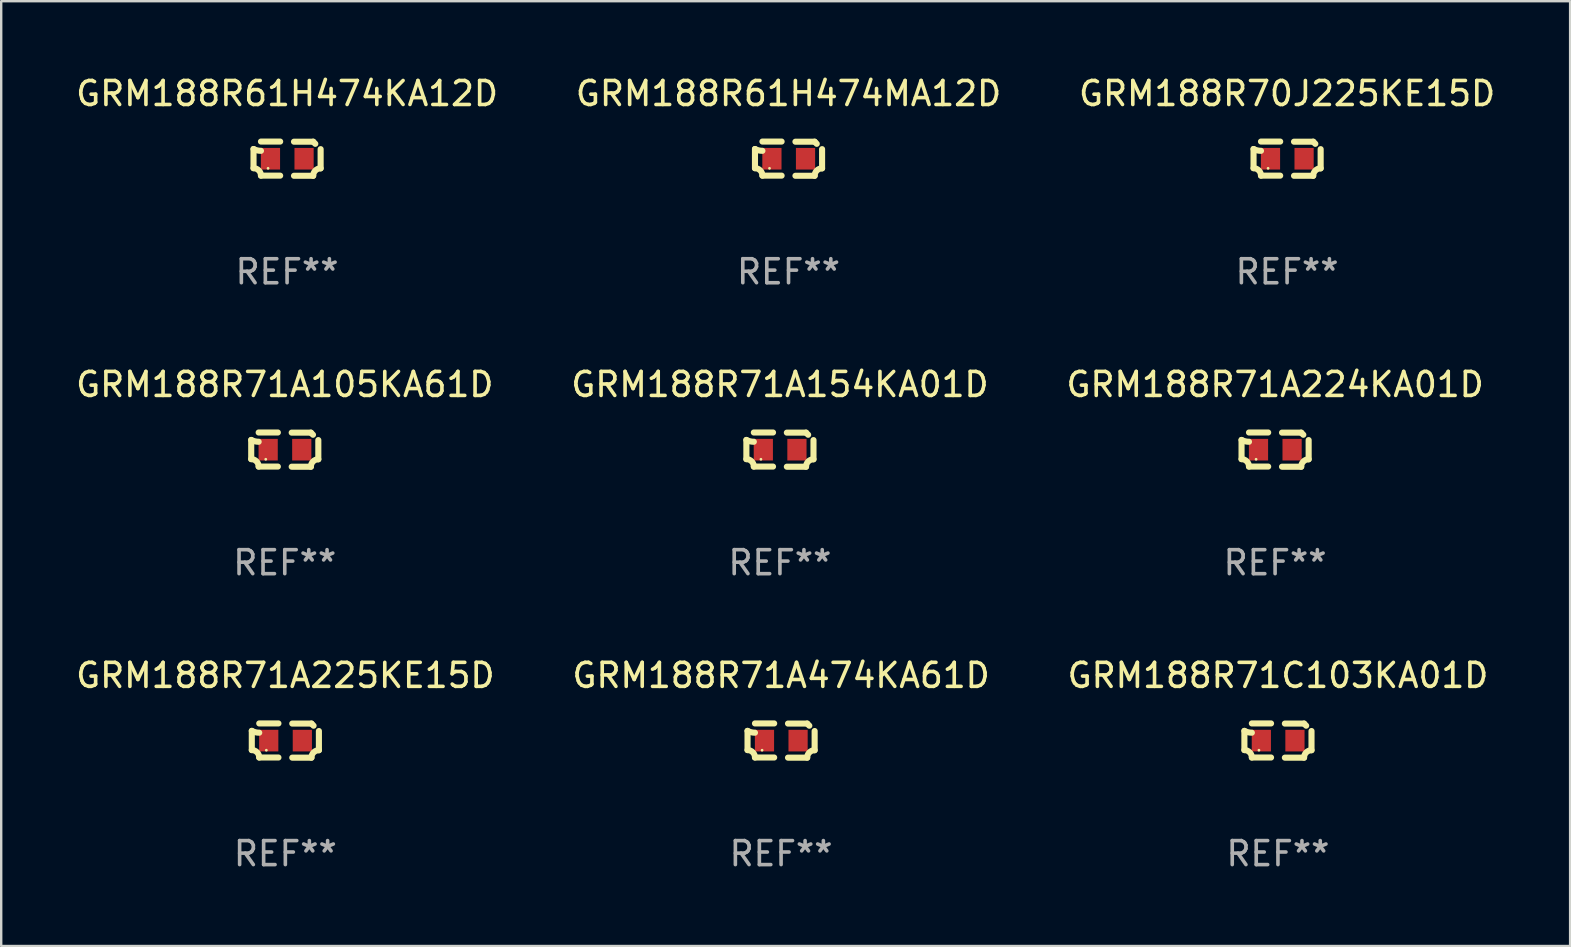
<source format=kicad_pcb>
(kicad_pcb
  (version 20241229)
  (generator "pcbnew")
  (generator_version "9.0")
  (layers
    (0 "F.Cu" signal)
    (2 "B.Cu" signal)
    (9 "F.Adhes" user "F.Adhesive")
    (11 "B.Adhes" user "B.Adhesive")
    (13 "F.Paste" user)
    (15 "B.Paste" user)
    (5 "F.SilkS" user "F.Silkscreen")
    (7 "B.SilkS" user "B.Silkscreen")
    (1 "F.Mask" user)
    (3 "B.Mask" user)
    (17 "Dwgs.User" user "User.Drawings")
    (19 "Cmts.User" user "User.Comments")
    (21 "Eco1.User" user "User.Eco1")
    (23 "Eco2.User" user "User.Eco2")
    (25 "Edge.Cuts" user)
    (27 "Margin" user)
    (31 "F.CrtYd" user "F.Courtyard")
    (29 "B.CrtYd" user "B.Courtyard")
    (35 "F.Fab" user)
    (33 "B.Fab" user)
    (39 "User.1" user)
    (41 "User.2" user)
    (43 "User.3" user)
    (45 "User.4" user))
  (footprint "GRM188R61H474KA12D"
    (layer "F.Cu")
    (at 8.911 3.561)
    (property "Reference" "GRM188R61H474KA12D" (at 0 -2.713 0) (layer "F.SilkS") (effects (font (size 1 1) (thickness 0.15))))
    (attr through_hole)
    (fp_line (start -1.398 -0.403) (end -1.398 0.397) (stroke (width 0.254) (type solid)) (layer "F.SilkS"))
    (fp_line (start -0.288 -0.713) (end -1.088 -0.713) (stroke (width 0.254) (type solid)) (layer "F.SilkS"))
    (fp_line (start -0.288 0.707) (end -1.088 0.707) (stroke (width 0.254) (type solid)) (layer "F.SilkS"))
    (fp_line (start 0.288 -0.707) (end 1.088 -0.707) (stroke (width 0.254) (type solid)) (layer "F.SilkS"))
    (fp_line (start 0.288 0.713) (end 1.088 0.713) (stroke (width 0.254) (type solid)) (layer "F.SilkS"))
    (fp_line (start 1.398 -0.397) (end 1.398 0.403) (stroke (width 0.254) (type solid)) (layer "F.SilkS"))
    (fp_arc (start -1.397789 0.397066) (mid -1.178701 0.487826) (end -1.08796 0.706922) (stroke (width 0.254001) (type solid)) (layer "F.SilkS"))
    (fp_arc (start -1.08796 -0.327176) (mid -1.247436 -0.346384) (end -1.39779 -0.402908) (stroke (width 0.254001) (type solid)) (layer "F.SilkS"))
    (fp_arc (start 1.087909 0.712738) (mid 1.178656 0.493655) (end 1.397739 0.402908) (stroke (width 0.254001) (type solid)) (layer "F.SilkS"))
    (fp_arc (start 1.175925 -0.618926) (mid 1.131917 -0.662923) (end 1.08791 -0.706922) (stroke (width 0.254001) (type solid)) (layer "F.SilkS"))
    (fp_circle (center -0.792 0.403) (end -0.762 0.403) (stroke (width 0.06) (type solid)) (fill no) (layer "F.SilkS"))
    (fp_text user "REF**" (at 0 4.713 0) (layer "F.Fab") (effects (font (size 1 1) (thickness 0.15))))
    (pad "1" smd rect (at -0.692 0.003) (size 0.8 0.9) (layers "F.Cu" "F.Mask" "F.Paste"))
    (pad "2" smd rect (at 0.708 0.003) (size 0.8 0.9) (layers "F.Cu" "F.Mask" "F.Paste")))
  (footprint "GRM188R70J225KE15D"
    (layer "F.Cu")
    (at 50.577 3.561)
    (property "Reference" "GRM188R70J225KE15D" (at 0 -2.713 0) (layer "F.SilkS") (effects (font (size 1 1) (thickness 0.15))))
    (attr through_hole)
    (fp_line (start -1.398 -0.403) (end -1.398 0.397) (stroke (width 0.254) (type solid)) (layer "F.SilkS"))
    (fp_line (start -0.288 -0.713) (end -1.088 -0.713) (stroke (width 0.254) (type solid)) (layer "F.SilkS"))
    (fp_line (start -0.288 0.707) (end -1.088 0.707) (stroke (width 0.254) (type solid)) (layer "F.SilkS"))
    (fp_line (start 0.288 -0.707) (end 1.088 -0.707) (stroke (width 0.254) (type solid)) (layer "F.SilkS"))
    (fp_line (start 0.288 0.713) (end 1.088 0.713) (stroke (width 0.254) (type solid)) (layer "F.SilkS"))
    (fp_line (start 1.398 -0.397) (end 1.398 0.403) (stroke (width 0.254) (type solid)) (layer "F.SilkS"))
    (fp_arc (start -1.397789 0.397066) (mid -1.178701 0.487826) (end -1.08796 0.706922) (stroke (width 0.254001) (type solid)) (layer "F.SilkS"))
    (fp_arc (start -1.08796 -0.327176) (mid -1.247436 -0.346384) (end -1.39779 -0.402908) (stroke (width 0.254001) (type solid)) (layer "F.SilkS"))
    (fp_arc (start 1.087909 0.712738) (mid 1.178656 0.493655) (end 1.397739 0.402908) (stroke (width 0.254001) (type solid)) (layer "F.SilkS"))
    (fp_arc (start 1.175925 -0.618926) (mid 1.131917 -0.662923) (end 1.08791 -0.706922) (stroke (width 0.254001) (type solid)) (layer "F.SilkS"))
    (fp_circle (center -0.792 0.403) (end -0.762 0.403) (stroke (width 0.06) (type solid)) (fill no) (layer "F.SilkS"))
    (fp_text user "REF**" (at 0 4.713 0) (layer "F.Fab") (effects (font (size 1 1) (thickness 0.15))))
    (pad "1" smd rect (at -0.692 0.003) (size 0.8 0.9) (layers "F.Cu" "F.Mask" "F.Paste"))
    (pad "2" smd rect (at 0.708 0.003) (size 0.8 0.9) (layers "F.Cu" "F.Mask" "F.Paste")))
  (footprint "GRM188R71C103KA01D"
    (layer "F.Cu")
    (at 50.196 27.805)
    (property "Reference" "GRM188R71C103KA01D" (at 0 -2.713 0) (layer "F.SilkS") (effects (font (size 1 1) (thickness 0.15))))
    (attr through_hole)
    (fp_line (start -1.398 -0.403) (end -1.398 0.397) (stroke (width 0.254) (type solid)) (layer "F.SilkS"))
    (fp_line (start -0.288 -0.713) (end -1.088 -0.713) (stroke (width 0.254) (type solid)) (layer "F.SilkS"))
    (fp_line (start -0.288 0.707) (end -1.088 0.707) (stroke (width 0.254) (type solid)) (layer "F.SilkS"))
    (fp_line (start 0.288 -0.707) (end 1.088 -0.707) (stroke (width 0.254) (type solid)) (layer "F.SilkS"))
    (fp_line (start 0.288 0.713) (end 1.088 0.713) (stroke (width 0.254) (type solid)) (layer "F.SilkS"))
    (fp_line (start 1.398 -0.397) (end 1.398 0.403) (stroke (width 0.254) (type solid)) (layer "F.SilkS"))
    (fp_arc (start -1.397789 0.397066) (mid -1.178701 0.487826) (end -1.08796 0.706922) (stroke (width 0.254001) (type solid)) (layer "F.SilkS"))
    (fp_arc (start -1.08796 -0.327176) (mid -1.247436 -0.346384) (end -1.39779 -0.402908) (stroke (width 0.254001) (type solid)) (layer "F.SilkS"))
    (fp_arc (start 1.087909 0.712738) (mid 1.178656 0.493655) (end 1.397739 0.402908) (stroke (width 0.254001) (type solid)) (layer "F.SilkS"))
    (fp_arc (start 1.175925 -0.618926) (mid 1.131917 -0.662923) (end 1.08791 -0.706922) (stroke (width 0.254001) (type solid)) (layer "F.SilkS"))
    (fp_circle (center -0.792 0.403) (end -0.762 0.403) (stroke (width 0.06) (type solid)) (fill no) (layer "F.SilkS"))
    (fp_text user "REF**" (at 0 4.713 0) (layer "F.Fab") (effects (font (size 1 1) (thickness 0.15))))
    (pad "1" smd rect (at -0.692 0.003) (size 0.8 0.9) (layers "F.Cu" "F.Mask" "F.Paste"))
    (pad "2" smd rect (at 0.708 0.003) (size 0.8 0.9) (layers "F.Cu" "F.Mask" "F.Paste")))
  (footprint "GRM188R61H474MA12D"
    (layer "F.Cu")
    (at 29.804 3.561)
    (property "Reference" "GRM188R61H474MA12D" (at 0 -2.713 0) (layer "F.SilkS") (effects (font (size 1 1) (thickness 0.15))))
    (attr through_hole)
    (fp_line (start -1.398 -0.403) (end -1.398 0.397) (stroke (width 0.254) (type solid)) (layer "F.SilkS"))
    (fp_line (start -0.288 -0.713) (end -1.088 -0.713) (stroke (width 0.254) (type solid)) (layer "F.SilkS"))
    (fp_line (start -0.288 0.707) (end -1.088 0.707) (stroke (width 0.254) (type solid)) (layer "F.SilkS"))
    (fp_line (start 0.288 -0.707) (end 1.088 -0.707) (stroke (width 0.254) (type solid)) (layer "F.SilkS"))
    (fp_line (start 0.288 0.713) (end 1.088 0.713) (stroke (width 0.254) (type solid)) (layer "F.SilkS"))
    (fp_line (start 1.398 -0.397) (end 1.398 0.403) (stroke (width 0.254) (type solid)) (layer "F.SilkS"))
    (fp_arc (start -1.397789 0.397066) (mid -1.178701 0.487826) (end -1.08796 0.706922) (stroke (width 0.254001) (type solid)) (layer "F.SilkS"))
    (fp_arc (start -1.08796 -0.327176) (mid -1.247436 -0.346384) (end -1.39779 -0.402908) (stroke (width 0.254001) (type solid)) (layer "F.SilkS"))
    (fp_arc (start 1.087909 0.712738) (mid 1.178656 0.493655) (end 1.397739 0.402908) (stroke (width 0.254001) (type solid)) (layer "F.SilkS"))
    (fp_arc (start 1.175925 -0.618926) (mid 1.131917 -0.662923) (end 1.08791 -0.706922) (stroke (width 0.254001) (type solid)) (layer "F.SilkS"))
    (fp_circle (center -0.792 0.403) (end -0.762 0.403) (stroke (width 0.06) (type solid)) (fill no) (layer "F.SilkS"))
    (fp_text user "REF**" (at 0 4.713 0) (layer "F.Fab") (effects (font (size 1 1) (thickness 0.15))))
    (pad "1" smd rect (at -0.692 0.003) (size 0.8 0.9) (layers "F.Cu" "F.Mask" "F.Paste"))
    (pad "2" smd rect (at 0.708 0.003) (size 0.8 0.9) (layers "F.Cu" "F.Mask" "F.Paste")))
  (footprint "GRM188R71A474KA61D"
    (layer "F.Cu")
    (at 29.494 27.805)
    (property "Reference" "GRM188R71A474KA61D" (at 0 -2.713 0) (layer "F.SilkS") (effects (font (size 1 1) (thickness 0.15))))
    (attr through_hole)
    (fp_line (start -1.398 -0.403) (end -1.398 0.397) (stroke (width 0.254) (type solid)) (layer "F.SilkS"))
    (fp_line (start -0.288 -0.713) (end -1.088 -0.713) (stroke (width 0.254) (type solid)) (layer "F.SilkS"))
    (fp_line (start -0.288 0.707) (end -1.088 0.707) (stroke (width 0.254) (type solid)) (layer "F.SilkS"))
    (fp_line (start 0.288 -0.707) (end 1.088 -0.707) (stroke (width 0.254) (type solid)) (layer "F.SilkS"))
    (fp_line (start 0.288 0.713) (end 1.088 0.713) (stroke (width 0.254) (type solid)) (layer "F.SilkS"))
    (fp_line (start 1.398 -0.397) (end 1.398 0.403) (stroke (width 0.254) (type solid)) (layer "F.SilkS"))
    (fp_arc (start -1.397789 0.397066) (mid -1.178701 0.487826) (end -1.08796 0.706922) (stroke (width 0.254001) (type solid)) (layer "F.SilkS"))
    (fp_arc (start -1.08796 -0.327176) (mid -1.247436 -0.346384) (end -1.39779 -0.402908) (stroke (width 0.254001) (type solid)) (layer "F.SilkS"))
    (fp_arc (start 1.087909 0.712738) (mid 1.178656 0.493655) (end 1.397739 0.402908) (stroke (width 0.254001) (type solid)) (layer "F.SilkS"))
    (fp_arc (start 1.175925 -0.618926) (mid 1.131917 -0.662923) (end 1.08791 -0.706922) (stroke (width 0.254001) (type solid)) (layer "F.SilkS"))
    (fp_circle (center -0.792 0.403) (end -0.762 0.403) (stroke (width 0.06) (type solid)) (fill no) (layer "F.SilkS"))
    (fp_text user "REF**" (at 0 4.713 0) (layer "F.Fab") (effects (font (size 1 1) (thickness 0.15))))
    (pad "1" smd rect (at -0.692 0.003) (size 0.8 0.9) (layers "F.Cu" "F.Mask" "F.Paste"))
    (pad "2" smd rect (at 0.708 0.003) (size 0.8 0.9) (layers "F.Cu" "F.Mask" "F.Paste")))
  (footprint "GRM188R71A105KA61D"
    (layer "F.Cu")
    (at 8.815 15.683)
    (property "Reference" "GRM188R71A105KA61D" (at 0 -2.713 0) (layer "F.SilkS") (effects (font (size 1 1) (thickness 0.15))))
    (attr through_hole)
    (fp_line (start -1.398 -0.403) (end -1.398 0.397) (stroke (width 0.254) (type solid)) (layer "F.SilkS"))
    (fp_line (start -0.288 -0.713) (end -1.088 -0.713) (stroke (width 0.254) (type solid)) (layer "F.SilkS"))
    (fp_line (start -0.288 0.707) (end -1.088 0.707) (stroke (width 0.254) (type solid)) (layer "F.SilkS"))
    (fp_line (start 0.288 -0.707) (end 1.088 -0.707) (stroke (width 0.254) (type solid)) (layer "F.SilkS"))
    (fp_line (start 0.288 0.713) (end 1.088 0.713) (stroke (width 0.254) (type solid)) (layer "F.SilkS"))
    (fp_line (start 1.398 -0.397) (end 1.398 0.403) (stroke (width 0.254) (type solid)) (layer "F.SilkS"))
    (fp_arc (start -1.397789 0.397066) (mid -1.178701 0.487826) (end -1.08796 0.706922) (stroke (width 0.254001) (type solid)) (layer "F.SilkS"))
    (fp_arc (start -1.08796 -0.327176) (mid -1.247436 -0.346384) (end -1.39779 -0.402908) (stroke (width 0.254001) (type solid)) (layer "F.SilkS"))
    (fp_arc (start 1.087909 0.712738) (mid 1.178656 0.493655) (end 1.397739 0.402908) (stroke (width 0.254001) (type solid)) (layer "F.SilkS"))
    (fp_arc (start 1.175925 -0.618926) (mid 1.131917 -0.662923) (end 1.08791 -0.706922) (stroke (width 0.254001) (type solid)) (layer "F.SilkS"))
    (fp_circle (center -0.792 0.403) (end -0.762 0.403) (stroke (width 0.06) (type solid)) (fill no) (layer "F.SilkS"))
    (fp_text user "REF**" (at 0 4.713 0) (layer "F.Fab") (effects (font (size 1 1) (thickness 0.15))))
    (pad "1" smd rect (at -0.692 0.003) (size 0.8 0.9) (layers "F.Cu" "F.Mask" "F.Paste"))
    (pad "2" smd rect (at 0.708 0.003) (size 0.8 0.9) (layers "F.Cu" "F.Mask" "F.Paste")))
  (footprint "GRM188R71A154KA01D"
    (layer "F.Cu")
    (at 29.446 15.683)
    (property "Reference" "GRM188R71A154KA01D" (at 0 -2.713 0) (layer "F.SilkS") (effects (font (size 1 1) (thickness 0.15))))
    (attr through_hole)
    (fp_line (start -1.398 -0.403) (end -1.398 0.397) (stroke (width 0.254) (type solid)) (layer "F.SilkS"))
    (fp_line (start -0.288 -0.713) (end -1.088 -0.713) (stroke (width 0.254) (type solid)) (layer "F.SilkS"))
    (fp_line (start -0.288 0.707) (end -1.088 0.707) (stroke (width 0.254) (type solid)) (layer "F.SilkS"))
    (fp_line (start 0.288 -0.707) (end 1.088 -0.707) (stroke (width 0.254) (type solid)) (layer "F.SilkS"))
    (fp_line (start 0.288 0.713) (end 1.088 0.713) (stroke (width 0.254) (type solid)) (layer "F.SilkS"))
    (fp_line (start 1.398 -0.397) (end 1.398 0.403) (stroke (width 0.254) (type solid)) (layer "F.SilkS"))
    (fp_arc (start -1.397789 0.397066) (mid -1.178701 0.487826) (end -1.08796 0.706922) (stroke (width 0.254001) (type solid)) (layer "F.SilkS"))
    (fp_arc (start -1.08796 -0.327176) (mid -1.247436 -0.346384) (end -1.39779 -0.402908) (stroke (width 0.254001) (type solid)) (layer "F.SilkS"))
    (fp_arc (start 1.087909 0.712738) (mid 1.178656 0.493655) (end 1.397739 0.402908) (stroke (width 0.254001) (type solid)) (layer "F.SilkS"))
    (fp_arc (start 1.175925 -0.618926) (mid 1.131917 -0.662923) (end 1.08791 -0.706922) (stroke (width 0.254001) (type solid)) (layer "F.SilkS"))
    (fp_circle (center -0.792 0.403) (end -0.762 0.403) (stroke (width 0.06) (type solid)) (fill no) (layer "F.SilkS"))
    (fp_text user "REF**" (at 0 4.713 0) (layer "F.Fab") (effects (font (size 1 1) (thickness 0.15))))
    (pad "1" smd rect (at -0.692 0.003) (size 0.8 0.9) (layers "F.Cu" "F.Mask" "F.Paste"))
    (pad "2" smd rect (at 0.708 0.003) (size 0.8 0.9) (layers "F.Cu" "F.Mask" "F.Paste")))
  (footprint "GRM188R71A225KE15D"
    (layer "F.Cu")
    (at 8.839 27.805)
    (property "Reference" "GRM188R71A225KE15D" (at 0 -2.713 0) (layer "F.SilkS") (effects (font (size 1 1) (thickness 0.15))))
    (attr through_hole)
    (fp_line (start -1.398 -0.403) (end -1.398 0.397) (stroke (width 0.254) (type solid)) (layer "F.SilkS"))
    (fp_line (start -0.288 -0.713) (end -1.088 -0.713) (stroke (width 0.254) (type solid)) (layer "F.SilkS"))
    (fp_line (start -0.288 0.707) (end -1.088 0.707) (stroke (width 0.254) (type solid)) (layer "F.SilkS"))
    (fp_line (start 0.288 -0.707) (end 1.088 -0.707) (stroke (width 0.254) (type solid)) (layer "F.SilkS"))
    (fp_line (start 0.288 0.713) (end 1.088 0.713) (stroke (width 0.254) (type solid)) (layer "F.SilkS"))
    (fp_line (start 1.398 -0.397) (end 1.398 0.403) (stroke (width 0.254) (type solid)) (layer "F.SilkS"))
    (fp_arc (start -1.397789 0.397066) (mid -1.178701 0.487826) (end -1.08796 0.706922) (stroke (width 0.254001) (type solid)) (layer "F.SilkS"))
    (fp_arc (start -1.08796 -0.327176) (mid -1.247436 -0.346384) (end -1.39779 -0.402908) (stroke (width 0.254001) (type solid)) (layer "F.SilkS"))
    (fp_arc (start 1.087909 0.712738) (mid 1.178656 0.493655) (end 1.397739 0.402908) (stroke (width 0.254001) (type solid)) (layer "F.SilkS"))
    (fp_arc (start 1.175925 -0.618926) (mid 1.131917 -0.662923) (end 1.08791 -0.706922) (stroke (width 0.254001) (type solid)) (layer "F.SilkS"))
    (fp_circle (center -0.792 0.403) (end -0.762 0.403) (stroke (width 0.06) (type solid)) (fill no) (layer "F.SilkS"))
    (fp_text user "REF**" (at 0 4.713 0) (layer "F.Fab") (effects (font (size 1 1) (thickness 0.15))))
    (pad "1" smd rect (at -0.692 0.003) (size 0.8 0.9) (layers "F.Cu" "F.Mask" "F.Paste"))
    (pad "2" smd rect (at 0.708 0.003) (size 0.8 0.9) (layers "F.Cu" "F.Mask" "F.Paste")))
  (footprint "GRM188R71A224KA01D"
    (layer "F.Cu")
    (at 50.077 15.683)
    (property "Reference" "GRM188R71A224KA01D" (at 0 -2.713 0) (layer "F.SilkS") (effects (font (size 1 1) (thickness 0.15))))
    (attr through_hole)
    (fp_line (start -1.398 -0.403) (end -1.398 0.397) (stroke (width 0.254) (type solid)) (layer "F.SilkS"))
    (fp_line (start -0.288 -0.713) (end -1.088 -0.713) (stroke (width 0.254) (type solid)) (layer "F.SilkS"))
    (fp_line (start -0.288 0.707) (end -1.088 0.707) (stroke (width 0.254) (type solid)) (layer "F.SilkS"))
    (fp_line (start 0.288 -0.707) (end 1.088 -0.707) (stroke (width 0.254) (type solid)) (layer "F.SilkS"))
    (fp_line (start 0.288 0.713) (end 1.088 0.713) (stroke (width 0.254) (type solid)) (layer "F.SilkS"))
    (fp_line (start 1.398 -0.397) (end 1.398 0.403) (stroke (width 0.254) (type solid)) (layer "F.SilkS"))
    (fp_arc (start -1.397789 0.397066) (mid -1.178701 0.487826) (end -1.08796 0.706922) (stroke (width 0.254001) (type solid)) (layer "F.SilkS"))
    (fp_arc (start -1.08796 -0.327176) (mid -1.247436 -0.346384) (end -1.39779 -0.402908) (stroke (width 0.254001) (type solid)) (layer "F.SilkS"))
    (fp_arc (start 1.087909 0.712738) (mid 1.178656 0.493655) (end 1.397739 0.402908) (stroke (width 0.254001) (type solid)) (layer "F.SilkS"))
    (fp_arc (start 1.175925 -0.618926) (mid 1.131917 -0.662923) (end 1.08791 -0.706922) (stroke (width 0.254001) (type solid)) (layer "F.SilkS"))
    (fp_circle (center -0.792 0.403) (end -0.762 0.403) (stroke (width 0.06) (type solid)) (fill no) (layer "F.SilkS"))
    (fp_text user "REF**" (at 0 4.713 0) (layer "F.Fab") (effects (font (size 1 1) (thickness 0.15))))
    (pad "1" smd rect (at -0.692 0.003) (size 0.8 0.9) (layers "F.Cu" "F.Mask" "F.Paste"))
    (pad "2" smd rect (at 0.708 0.003) (size 0.8 0.9) (layers "F.Cu" "F.Mask" "F.Paste")))
  (gr_rect
    (start -3 -3)
    (end 62.369 36.366)
    (stroke (width 0.1) (type default))
    (fill no)
    (layer "Edge.Cuts")))
</source>
